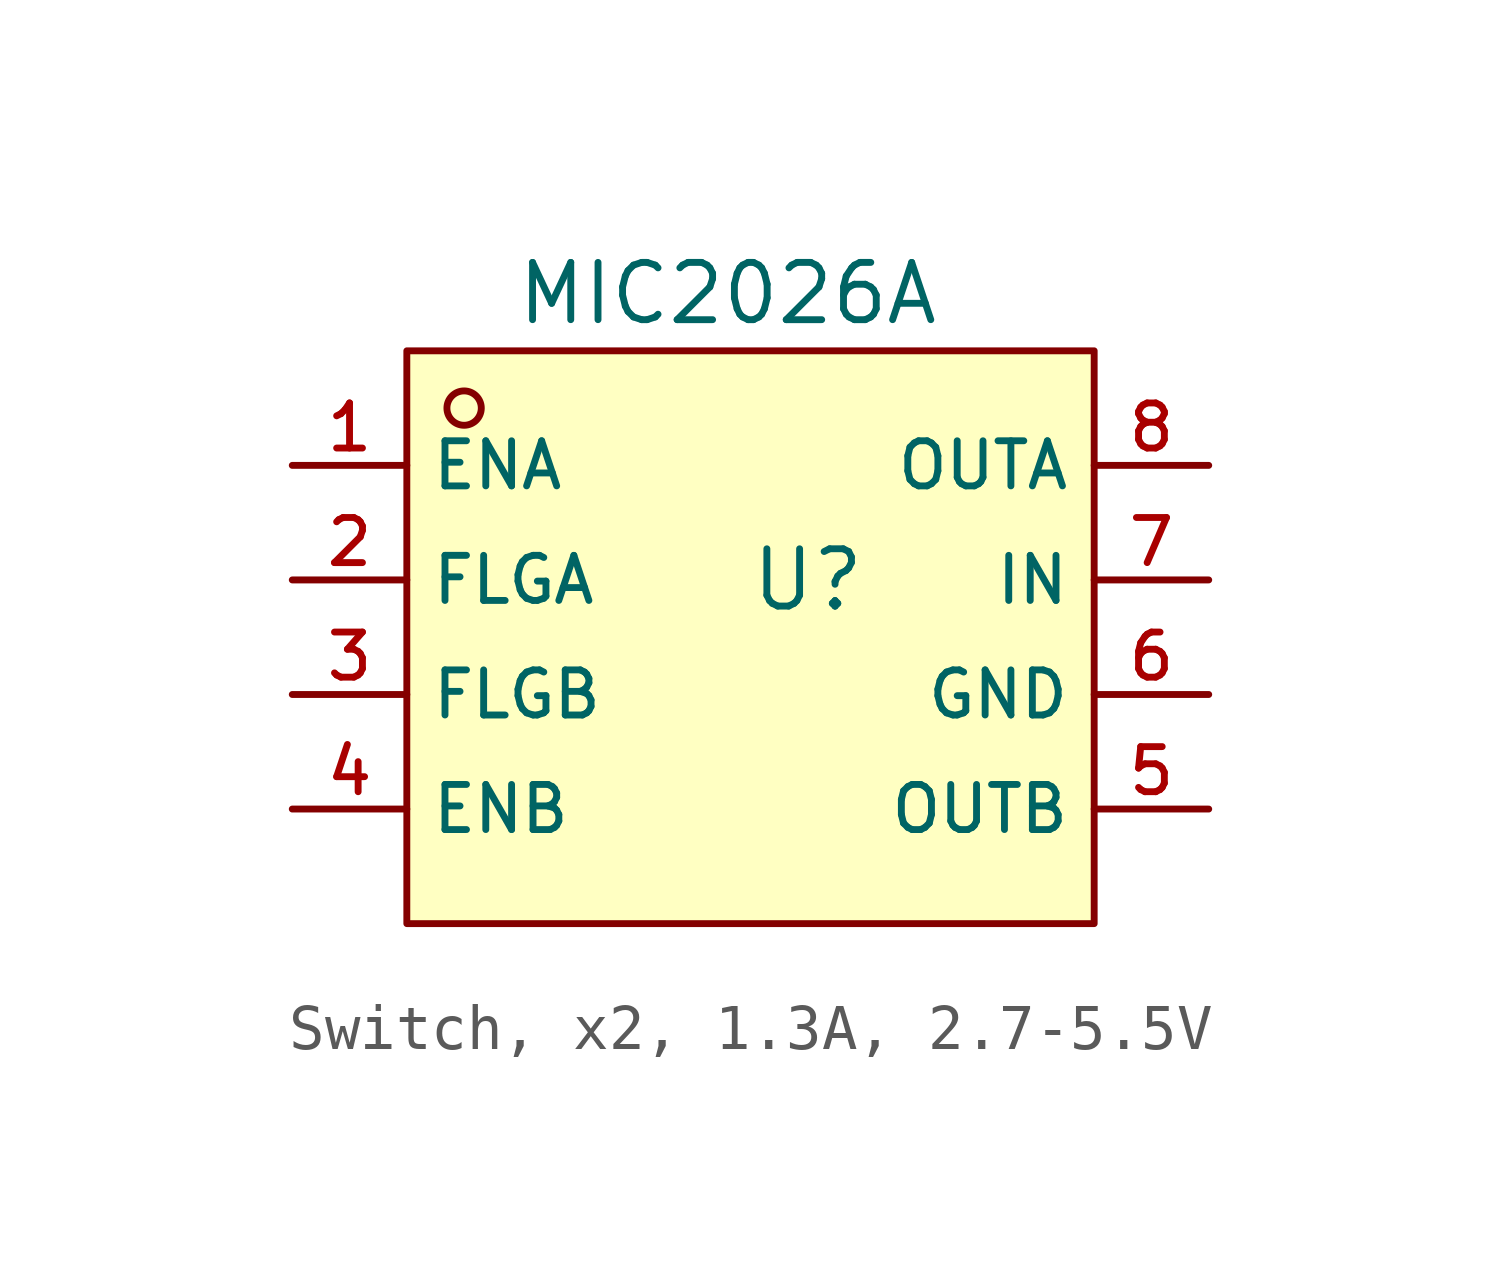
<source format=kicad_sym>
(kicad_symbol_lib
  (version 20231120)
  (generator "CDFER_Archive_Tool")
  (generator_version "0.0")
  (symbol "Switch, x2, 1.3A, 2.7-5.5V"
    (property "Reference" "U"
      (at 1.27 2.54 0)
      (effects (font (size 1.27 1.27))))
    (property "Value" "MIC2026A"
      (at -0.508 8.89 0)
      (effects (font (size 1.27 1.27))))
    (symbol "Switch, x2, 1.3A, 2.7-5.5V_0_1"
      (rectangle (start -7.62 7.62) (end 7.62 -5.08) (stroke (width 0) (type default)) (fill (type background)))
      (circle (center -6.35 6.35) (radius 0.381) (stroke (width 0) (type default)) (fill (type background)))
      (pin unspecified line (at -10.16 5.08 0) (length 2.54) (name "ENA" (effects (font (size 1 1)))) (number "1" (effects (font (size 1 1)))))
      (pin unspecified line (at -10.16 2.54 0) (length 2.54) (name "FLGA" (effects (font (size 1 1)))) (number "2" (effects (font (size 1 1)))))
      (pin unspecified line (at -10.16 0 0) (length 2.54) (name "FLGB" (effects (font (size 1 1)))) (number "3" (effects (font (size 1 1)))))
      (pin unspecified line (at -10.16 -2.54 0) (length 2.54) (name "ENB" (effects (font (size 1 1)))) (number "4" (effects (font (size 1 1)))))
      (pin unspecified line (at 10.16 -2.54 180) (length 2.54) (name "OUTB" (effects (font (size 1 1)))) (number "5" (effects (font (size 1 1)))))
      (pin unspecified line (at 10.16 0 180) (length 2.54) (name "GND" (effects (font (size 1 1)))) (number "6" (effects (font (size 1 1)))))
      (pin unspecified line (at 10.16 2.54 180) (length 2.54) (name "IN" (effects (font (size 1 1)))) (number "7" (effects (font (size 1 1)))))
      (pin unspecified line (at 10.16 5.08 180) (length 2.54) (name "OUTA" (effects (font (size 1 1)))) (number "8" (effects (font (size 1 1))))))))
</source>
